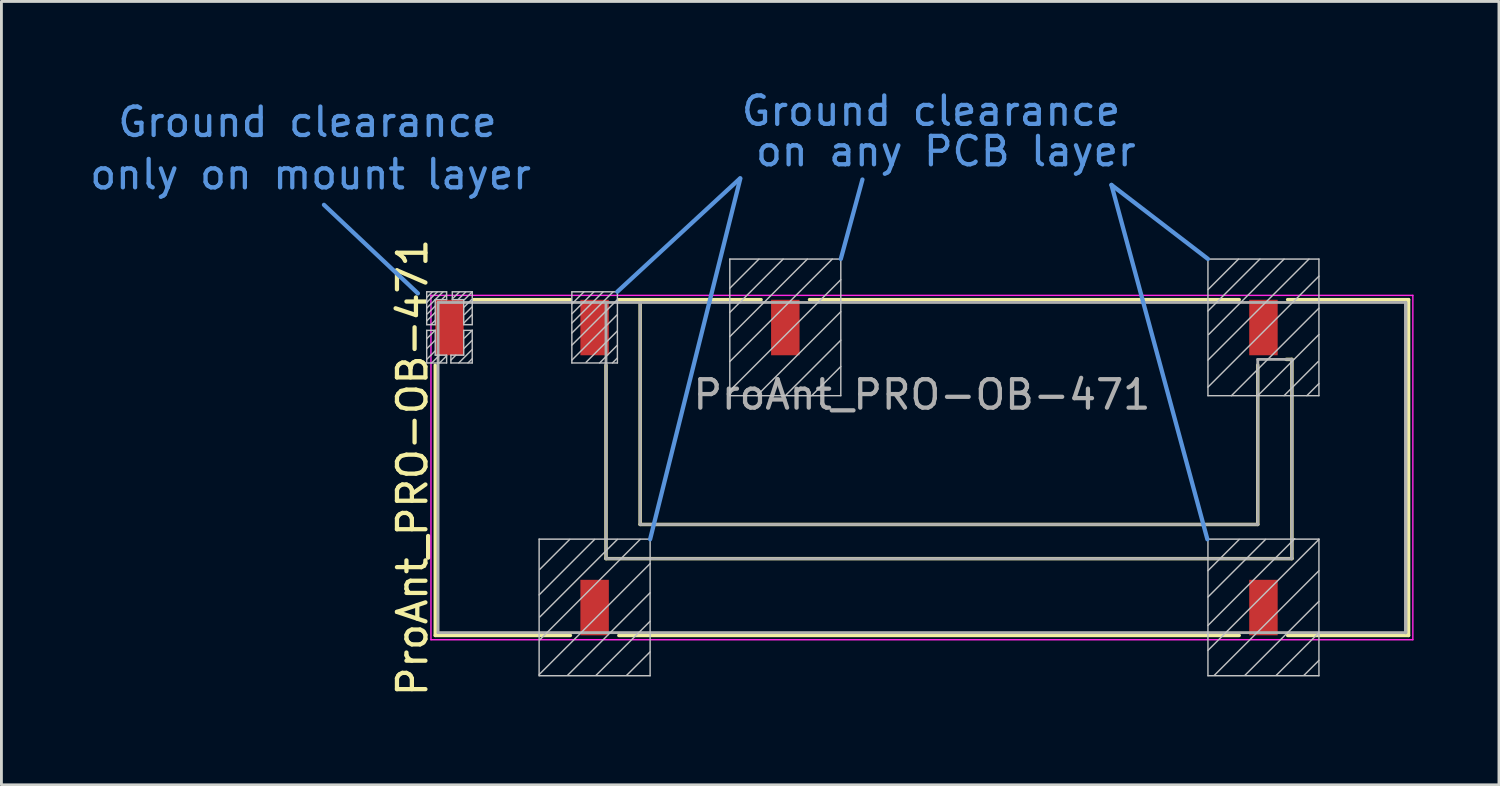
<source format=kicad_pcb>
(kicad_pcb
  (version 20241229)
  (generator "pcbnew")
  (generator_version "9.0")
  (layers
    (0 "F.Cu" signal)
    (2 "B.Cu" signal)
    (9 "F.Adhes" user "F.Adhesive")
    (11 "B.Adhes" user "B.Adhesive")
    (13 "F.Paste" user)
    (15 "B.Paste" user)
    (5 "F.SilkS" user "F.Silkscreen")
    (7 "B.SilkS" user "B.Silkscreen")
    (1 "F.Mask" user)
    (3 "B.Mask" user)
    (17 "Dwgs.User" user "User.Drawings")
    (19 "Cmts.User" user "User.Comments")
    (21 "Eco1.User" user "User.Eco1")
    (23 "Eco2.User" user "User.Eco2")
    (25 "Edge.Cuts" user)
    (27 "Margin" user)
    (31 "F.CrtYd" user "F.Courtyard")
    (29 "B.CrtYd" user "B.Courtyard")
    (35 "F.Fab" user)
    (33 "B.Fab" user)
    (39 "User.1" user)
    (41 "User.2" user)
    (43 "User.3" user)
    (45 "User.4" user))
  (footprint "ProAnt_PRO-OB-471"
    (layer "F.Cu")
    (at 29.343 13.378)
    (property "Reference" "ProAnt_PRO-OB-471" (at -17.9 0 90) (layer "F.SilkS") (effects (font (size 1 1) (thickness 0.15))))
    (attr smd)
    (fp_line (start -17.1 -3.6) (end -17.1 5.9) (stroke (width 0.12) (type solid)) (layer "F.SilkS"))
    (fp_line (start -17.1 5.9) (end -12.35 5.9) (stroke (width 0.12) (type solid)) (layer "F.SilkS"))
    (fp_line (start -15.75 -5.9) (end -12.35 -5.9) (stroke (width 0.12) (type solid)) (layer "F.SilkS"))
    (fp_line (start -11.1 3.2) (end -11.1 -3.6) (stroke (width 0.12) (type solid)) (layer "F.SilkS"))
    (fp_line (start -10.65 -5.9) (end -5.65 -5.9) (stroke (width 0.12) (type solid)) (layer "F.SilkS"))
    (fp_line (start -10.65 5.9) (end 11.15 5.9) (stroke (width 0.12) (type solid)) (layer "F.SilkS"))
    (fp_line (start -9.9 -5.8) (end -9.9 2) (stroke (width 0.12) (type solid)) (layer "F.SilkS"))
    (fp_line (start -9.9 2) (end 11.8 2) (stroke (width 0.12) (type solid)) (layer "F.SilkS"))
    (fp_line (start -3.95 -5.9) (end 11.15 -5.9) (stroke (width 0.12) (type solid)) (layer "F.SilkS"))
    (fp_line (start 11.8 2) (end 11.8 -3.6) (stroke (width 0.12) (type solid)) (layer "F.SilkS"))
    (fp_line (start 12.8 -3.8) (end 13 -3.8) (stroke (width 0.12) (type solid)) (layer "F.SilkS"))
    (fp_line (start 12.85 5.9) (end 17.1 5.9) (stroke (width 0.12) (type solid)) (layer "F.SilkS"))
    (fp_line (start 13 -3.8) (end 13 3.2) (stroke (width 0.12) (type solid)) (layer "F.SilkS"))
    (fp_line (start 13 3.2) (end -11.1 3.2) (stroke (width 0.12) (type solid)) (layer "F.SilkS"))
    (fp_line (start 17.1 -5.9) (end 12.85 -5.9) (stroke (width 0.12) (type solid)) (layer "F.SilkS"))
    (fp_line (start 17.1 5.9) (end 17.1 -5.9) (stroke (width 0.12) (type solid)) (layer "F.SilkS"))
    (fp_line (start -17.4 -6.175) (end -16.7 -6.175) (stroke (width 0.05) (type solid)) (layer "Dwgs.User"))
    (fp_line (start -17.4 -5.02) (end -17.4 -6.175) (stroke (width 0.05) (type solid)) (layer "Dwgs.User"))
    (fp_line (start -17.4 -4.82) (end -17.4 -3.675) (stroke (width 0.05) (type solid)) (layer "Dwgs.User"))
    (fp_line (start -17.4 -3.675) (end -16.7 -3.675) (stroke (width 0.05) (type solid)) (layer "Dwgs.User"))
    (fp_line (start -17.2 -6.175) (end -17.4 -5.975) (stroke (width 0.05) (type solid)) (layer "Dwgs.User"))
    (fp_line (start -17.1 -5.9) (end -17.1 -5.02) (stroke (width 0.05) (type solid)) (layer "Dwgs.User"))
    (fp_line (start -17.1 -5.675) (end -17.375 -5.4) (stroke (width 0.05) (type solid)) (layer "Dwgs.User"))
    (fp_line (start -17.1 -5.45) (end -17.4 -5.15) (stroke (width 0.05) (type solid)) (layer "Dwgs.User"))
    (fp_line (start -17.1 -5.175) (end -17.25 -5.025) (stroke (width 0.05) (type solid)) (layer "Dwgs.User"))
    (fp_line (start -17.1 -5.02) (end -17.4 -5.02) (stroke (width 0.05) (type solid)) (layer "Dwgs.User"))
    (fp_line (start -17.1 -4.825) (end -17.4 -4.525) (stroke (width 0.05) (type solid)) (layer "Dwgs.User"))
    (fp_line (start -17.1 -4.82) (end -17.4 -4.82) (stroke (width 0.05) (type solid)) (layer "Dwgs.User"))
    (fp_line (start -17.1 -4.475) (end -17.4 -4.175) (stroke (width 0.05) (type solid)) (layer "Dwgs.User"))
    (fp_line (start -17.1 -4.1) (end -17.4 -3.8) (stroke (width 0.05) (type solid)) (layer "Dwgs.User"))
    (fp_line (start -17.1 -3.95) (end -17.1 -4.82) (stroke (width 0.05) (type solid)) (layer "Dwgs.User"))
    (fp_line (start -17.025 -6.175) (end -17.4 -5.8) (stroke (width 0.05) (type solid)) (layer "Dwgs.User"))
    (fp_line (start -16.95 -3.95) (end -17.225 -3.675) (stroke (width 0.05) (type solid)) (layer "Dwgs.User"))
    (fp_line (start -16.825 -6.175) (end -17.4 -5.6) (stroke (width 0.05) (type solid)) (layer "Dwgs.User"))
    (fp_line (start -16.725 -6.05) (end -16.875 -5.9) (stroke (width 0.05) (type solid)) (layer "Dwgs.User"))
    (fp_line (start -16.7 -6.175) (end -16.7 -5.9) (stroke (width 0.05) (type solid)) (layer "Dwgs.User"))
    (fp_line (start -16.7 -5.9) (end -17.1 -5.9) (stroke (width 0.05) (type solid)) (layer "Dwgs.User"))
    (fp_line (start -16.7 -3.95) (end -17.1 -3.95) (stroke (width 0.05) (type solid)) (layer "Dwgs.User"))
    (fp_line (start -16.7 -3.925) (end -16.95 -3.675) (stroke (width 0.05) (type solid)) (layer "Dwgs.User"))
    (fp_line (start -16.7 -3.675) (end -16.7 -3.95) (stroke (width 0.05) (type solid)) (layer "Dwgs.User"))
    (fp_line (start -16.55 -3.95) (end -16.1 -3.95) (stroke (width 0.05) (type solid)) (layer "Dwgs.User"))
    (fp_line (start -16.55 -3.675) (end -16.55 -3.95) (stroke (width 0.05) (type solid)) (layer "Dwgs.User"))
    (fp_line (start -16.5 -6.175) (end -16.5 -5.9) (stroke (width 0.05) (type solid)) (layer "Dwgs.User"))
    (fp_line (start -16.5 -5.9) (end -16.1 -5.9) (stroke (width 0.05) (type solid)) (layer "Dwgs.User"))
    (fp_line (start -16.375 -3.95) (end -16.55 -3.775) (stroke (width 0.05) (type solid)) (layer "Dwgs.User"))
    (fp_line (start -16.25 -6.175) (end -16.5 -5.925) (stroke (width 0.05) (type solid)) (layer "Dwgs.User"))
    (fp_line (start -16.1 -5.9) (end -16.1 -5.02) (stroke (width 0.05) (type solid)) (layer "Dwgs.User"))
    (fp_line (start -16.1 -5.02) (end -15.8 -5.02) (stroke (width 0.05) (type solid)) (layer "Dwgs.User"))
    (fp_line (start -16.1 -4.82) (end -15.8 -4.82) (stroke (width 0.05) (type solid)) (layer "Dwgs.User"))
    (fp_line (start -16.1 -3.95) (end -16.1 -4.82) (stroke (width 0.05) (type solid)) (layer "Dwgs.User"))
    (fp_line (start -16.025 -6.175) (end -16.3 -5.9) (stroke (width 0.05) (type solid)) (layer "Dwgs.User"))
    (fp_line (start -15.825 -5.9) (end -16.1 -5.625) (stroke (width 0.05) (type solid)) (layer "Dwgs.User"))
    (fp_line (start -15.8 -6.175) (end -16.5 -6.175) (stroke (width 0.05) (type solid)) (layer "Dwgs.User"))
    (fp_line (start -15.8 -6.175) (end -16.075 -5.9) (stroke (width 0.05) (type solid)) (layer "Dwgs.User"))
    (fp_line (start -15.8 -5.65) (end -16.075 -5.375) (stroke (width 0.05) (type solid)) (layer "Dwgs.User"))
    (fp_line (start -15.8 -5.375) (end -16.1 -5.075) (stroke (width 0.05) (type solid)) (layer "Dwgs.User"))
    (fp_line (start -15.8 -5.02) (end -15.8 -6.175) (stroke (width 0.05) (type solid)) (layer "Dwgs.User"))
    (fp_line (start -15.8 -4.825) (end -16.075 -4.55) (stroke (width 0.05) (type solid)) (layer "Dwgs.User"))
    (fp_line (start -15.8 -4.82) (end -15.8 -3.675) (stroke (width 0.05) (type solid)) (layer "Dwgs.User"))
    (fp_line (start -15.8 -4.475) (end -16.1 -4.175) (stroke (width 0.05) (type solid)) (layer "Dwgs.User"))
    (fp_line (start -15.8 -4.15) (end -16.275 -3.675) (stroke (width 0.05) (type solid)) (layer "Dwgs.User"))
    (fp_line (start -15.8 -3.825) (end -15.95 -3.675) (stroke (width 0.05) (type solid)) (layer "Dwgs.User"))
    (fp_line (start -15.8 -3.675) (end -16.55 -3.675) (stroke (width 0.05) (type solid)) (layer "Dwgs.User"))
    (fp_line (start -13.45 2.515) (end -9.55 2.515) (stroke (width 0.05) (type solid)) (layer "Dwgs.User"))
    (fp_line (start -13.45 7.315) (end -13.45 2.515) (stroke (width 0.05) (type solid)) (layer "Dwgs.User"))
    (fp_line (start -13.45 7.315) (end -9.55 7.315) (stroke (width 0.05) (type solid)) (layer "Dwgs.User"))
    (fp_line (start -12.375 2.525) (end -13.425 3.575) (stroke (width 0.05) (type solid)) (layer "Dwgs.User"))
    (fp_line (start -12.3 -6.175) (end -10.7 -6.175) (stroke (width 0.05) (type solid)) (layer "Dwgs.User"))
    (fp_line (start -12.3 -3.675) (end -12.3 -6.175) (stroke (width 0.05) (type solid)) (layer "Dwgs.User"))
    (fp_line (start -12.3 -3.675) (end -10.7 -3.675) (stroke (width 0.05) (type solid)) (layer "Dwgs.User"))
    (fp_line (start -11.875 -6.175) (end -12.3 -5.75) (stroke (width 0.05) (type solid)) (layer "Dwgs.User"))
    (fp_line (start -11.525 -6.175) (end -12.3 -5.4) (stroke (width 0.05) (type solid)) (layer "Dwgs.User"))
    (fp_line (start -11.5 2.525) (end -13.45 4.475) (stroke (width 0.05) (type solid)) (layer "Dwgs.User"))
    (fp_line (start -11.2 -6.175) (end -12.3 -5.075) (stroke (width 0.05) (type solid)) (layer "Dwgs.User"))
    (fp_line (start -10.85 -6.175) (end -12.3 -4.725) (stroke (width 0.05) (type solid)) (layer "Dwgs.User"))
    (fp_line (start -10.7 -5.9) (end -12.3 -4.3) (stroke (width 0.05) (type solid)) (layer "Dwgs.User"))
    (fp_line (start -10.7 -5.375) (end -12.3 -3.775) (stroke (width 0.05) (type solid)) (layer "Dwgs.User"))
    (fp_line (start -10.7 -4.8) (end -11.8 -3.7) (stroke (width 0.05) (type solid)) (layer "Dwgs.User"))
    (fp_line (start -10.7 -4.3) (end -11.325 -3.675) (stroke (width 0.05) (type solid)) (layer "Dwgs.User"))
    (fp_line (start -10.7 -3.85) (end -10.875 -3.675) (stroke (width 0.05) (type solid)) (layer "Dwgs.User"))
    (fp_line (start -10.7 -3.675) (end -10.7 -6.175) (stroke (width 0.05) (type solid)) (layer "Dwgs.User"))
    (fp_line (start -10.7 2.525) (end -13.425 5.25) (stroke (width 0.05) (type solid)) (layer "Dwgs.User"))
    (fp_line (start -9.9 2.525) (end -13.425 6.05) (stroke (width 0.05) (type solid)) (layer "Dwgs.User"))
    (fp_line (start -9.55 3.375) (end -13.45 7.275) (stroke (width 0.05) (type solid)) (layer "Dwgs.User"))
    (fp_line (start -9.55 4.4) (end -12.45 7.3) (stroke (width 0.05) (type solid)) (layer "Dwgs.User"))
    (fp_line (start -9.55 5.4) (end -11.45 7.3) (stroke (width 0.05) (type solid)) (layer "Dwgs.User"))
    (fp_line (start -9.55 6.475) (end -10.375 7.3) (stroke (width 0.05) (type solid)) (layer "Dwgs.User"))
    (fp_line (start -9.55 7.315) (end -9.55 2.515) (stroke (width 0.05) (type solid)) (layer "Dwgs.User"))
    (fp_line (start -6.75 -7.325) (end -2.85 -7.325) (stroke (width 0.05) (type solid)) (layer "Dwgs.User"))
    (fp_line (start -6.75 -2.525) (end -6.75 -7.325) (stroke (width 0.05) (type solid)) (layer "Dwgs.User"))
    (fp_line (start -6.75 -2.525) (end -2.85 -2.525) (stroke (width 0.05) (type solid)) (layer "Dwgs.User"))
    (fp_line (start -5.725 -7.325) (end -6.75 -6.3) (stroke (width 0.05) (type solid)) (layer "Dwgs.User"))
    (fp_line (start -4.875 -7.325) (end -6.75 -5.45) (stroke (width 0.05) (type solid)) (layer "Dwgs.User"))
    (fp_line (start -4.025 -7.325) (end -6.75 -4.6) (stroke (width 0.05) (type solid)) (layer "Dwgs.User"))
    (fp_line (start -3.15 -7.325) (end -6.75 -3.725) (stroke (width 0.05) (type solid)) (layer "Dwgs.User"))
    (fp_line (start -2.85 -6.6) (end -6.75 -2.7) (stroke (width 0.05) (type solid)) (layer "Dwgs.User"))
    (fp_line (start -2.85 -5.475) (end -5.8 -2.525) (stroke (width 0.05) (type solid)) (layer "Dwgs.User"))
    (fp_line (start -2.85 -4.475) (end -4.8 -2.525) (stroke (width 0.05) (type solid)) (layer "Dwgs.User"))
    (fp_line (start -2.85 -3.55) (end -3.875 -2.525) (stroke (width 0.05) (type solid)) (layer "Dwgs.User"))
    (fp_line (start -2.85 -2.525) (end -2.85 -7.325) (stroke (width 0.05) (type solid)) (layer "Dwgs.User"))
    (fp_line (start 10.05 -7.325) (end 13.95 -7.325) (stroke (width 0.05) (type solid)) (layer "Dwgs.User"))
    (fp_line (start 10.05 -2.525) (end 10.05 -7.325) (stroke (width 0.05) (type solid)) (layer "Dwgs.User"))
    (fp_line (start 10.05 -2.525) (end 13.95 -2.525) (stroke (width 0.05) (type solid)) (layer "Dwgs.User"))
    (fp_line (start 10.05 2.515) (end 13.95 2.515) (stroke (width 0.05) (type solid)) (layer "Dwgs.User"))
    (fp_line (start 10.05 7.315) (end 10.05 2.515) (stroke (width 0.05) (type solid)) (layer "Dwgs.User"))
    (fp_line (start 10.05 7.315) (end 13.95 7.315) (stroke (width 0.05) (type solid)) (layer "Dwgs.User"))
    (fp_line (start 11.125 -7.325) (end 10.05 -6.25) (stroke (width 0.05) (type solid)) (layer "Dwgs.User"))
    (fp_line (start 11.15 2.525) (end 10.05 3.625) (stroke (width 0.05) (type solid)) (layer "Dwgs.User"))
    (fp_line (start 11.875 -7.325) (end 10.05 -5.5) (stroke (width 0.05) (type solid)) (layer "Dwgs.User"))
    (fp_line (start 12.075 2.525) (end 10.05 4.55) (stroke (width 0.05) (type solid)) (layer "Dwgs.User"))
    (fp_line (start 12.725 -7.325) (end 10.075 -4.675) (stroke (width 0.05) (type solid)) (layer "Dwgs.User"))
    (fp_line (start 13.1 2.5) (end 10.05 5.55) (stroke (width 0.05) (type solid)) (layer "Dwgs.User"))
    (fp_line (start 13.6 -7.325) (end 10.05 -3.775) (stroke (width 0.05) (type solid)) (layer "Dwgs.User"))
    (fp_line (start 13.925 -3.725) (end 12.725 -2.525) (stroke (width 0.05) (type solid)) (layer "Dwgs.User"))
    (fp_line (start 13.95 -6.725) (end 10.05 -2.825) (stroke (width 0.05) (type solid)) (layer "Dwgs.User"))
    (fp_line (start 13.95 -5.6) (end 10.875 -2.525) (stroke (width 0.05) (type solid)) (layer "Dwgs.User"))
    (fp_line (start 13.95 -4.675) (end 11.8 -2.525) (stroke (width 0.05) (type solid)) (layer "Dwgs.User"))
    (fp_line (start 13.95 -2.95) (end 13.525 -2.525) (stroke (width 0.05) (type solid)) (layer "Dwgs.User"))
    (fp_line (start 13.95 -2.525) (end 13.95 -7.325) (stroke (width 0.05) (type solid)) (layer "Dwgs.User"))
    (fp_line (start 13.95 2.525) (end 10.05 6.425) (stroke (width 0.05) (type solid)) (layer "Dwgs.User"))
    (fp_line (start 13.95 3.625) (end 10.275 7.3) (stroke (width 0.05) (type solid)) (layer "Dwgs.User"))
    (fp_line (start 13.95 4.7) (end 11.35 7.3) (stroke (width 0.05) (type solid)) (layer "Dwgs.User"))
    (fp_line (start 13.95 5.8) (end 12.45 7.3) (stroke (width 0.05) (type solid)) (layer "Dwgs.User"))
    (fp_line (start 13.95 6.775) (end 13.425 7.3) (stroke (width 0.05) (type solid)) (layer "Dwgs.User"))
    (fp_line (start 13.95 7.315) (end 13.95 2.515) (stroke (width 0.05) (type solid)) (layer "Dwgs.User"))
    (fp_line (start -21.01 -9.23) (end -17.71 -6.12) (stroke (width 0.15) (type solid)) (layer "Cmts.User"))
    (fp_line (start -6.39 -10.16) (end -10.7 -6.18) (stroke (width 0.15) (type solid)) (layer "Cmts.User"))
    (fp_line (start -6.38 -10.16) (end -9.55 2.52) (stroke (width 0.15) (type solid)) (layer "Cmts.User"))
    (fp_line (start -2.09 -10.12) (end -2.85 -7.33) (stroke (width 0.15) (type solid)) (layer "Cmts.User"))
    (fp_line (start 6.66 -9.93) (end 10.03 2.52) (stroke (width 0.15) (type solid)) (layer "Cmts.User"))
    (fp_line (start 6.66 -9.93) (end 10.05 -7.33) (stroke (width 0.15) (type solid)) (layer "Cmts.User"))
    (fp_line (start -17.25 -6.05) (end 17.25 -6.05) (stroke (width 0.05) (type solid)) (layer "F.CrtYd"))
    (fp_line (start -17.25 6.05) (end -17.25 -6.05) (stroke (width 0.05) (type solid)) (layer "F.CrtYd"))
    (fp_line (start 17.25 -6.05) (end 17.25 6.05) (stroke (width 0.05) (type solid)) (layer "F.CrtYd"))
    (fp_line (start 17.25 6.05) (end -17.25 6.05) (stroke (width 0.05) (type solid)) (layer "F.CrtYd"))
    (fp_line (start -17 -5.8) (end -17 5.8) (stroke (width 0.1) (type solid)) (layer "F.Fab"))
    (fp_line (start -17 5.8) (end 17 5.8) (stroke (width 0.1) (type solid)) (layer "F.Fab"))
    (fp_line (start -11.1 3.2) (end -11.1 -5.8) (stroke (width 0.1) (type solid)) (layer "F.Fab"))
    (fp_line (start -9.9 -5.8) (end -9.9 2) (stroke (width 0.1) (type solid)) (layer "F.Fab"))
    (fp_line (start -9.9 2) (end 11.8 2) (stroke (width 0.1) (type solid)) (layer "F.Fab"))
    (fp_line (start 11.8 -3.8) (end 13 -3.8) (stroke (width 0.1) (type solid)) (layer "F.Fab"))
    (fp_line (start 11.8 2) (end 11.8 -3.8) (stroke (width 0.1) (type solid)) (layer "F.Fab"))
    (fp_line (start 13 -3.8) (end 13 3.2) (stroke (width 0.1) (type solid)) (layer "F.Fab"))
    (fp_line (start 13 3.2) (end -11.1 3.2) (stroke (width 0.1) (type solid)) (layer "F.Fab"))
    (fp_line (start 17 -5.8) (end -17 -5.8) (stroke (width 0.1) (type solid)) (layer "F.Fab"))
    (fp_line (start 17 5.8) (end 17 -5.8) (stroke (width 0.12) (type solid)) (layer "F.Fab"))
    (fp_text user "only on mount layer" (at -21.48 -10.3 0) (layer "Cmts.User") (effects (font (size 1 1) (thickness 0.15))))
    (fp_text user "Ground clearance" (at -21.59 -12.14 0) (layer "Cmts.User") (effects (font (size 1 1) (thickness 0.15))))
    (fp_text user "Ground clearance" (at 0.32 -12.53 0) (layer "Cmts.User") (effects (font (size 1 1) (thickness 0.15))))
    (fp_text user "on any PCB layer" (at 0.84 -11.11 0) (layer "Cmts.User") (effects (font (size 1 1) (thickness 0.15))))
    (fp_text user "${REFERENCE}" (at 0 -2.56 0) (layer "F.Fab") (effects (font (size 1 1) (thickness 0.15))))
    (pad "1" smd rect (at -11.5 -4.92) (size 1 1.95) (layers "F.Cu" "F.Mask" "F.Paste"))
    (pad "2" smd rect (at -16.6 -4.92) (size 1 1.95) (layers "F.Cu" "F.Mask" "F.Paste"))
    (pad "3" smd rect (at -11.5 4.92) (size 1 1.95) (layers "F.Cu" "F.Mask" "F.Paste"))
    (pad "4" smd rect (at 12 4.92) (size 1 1.95) (layers "F.Cu" "F.Mask" "F.Paste"))
    (pad "5" smd rect (at 12 -4.92) (size 1 1.95) (layers "F.Cu" "F.Mask" "F.Paste"))
    (pad "6" smd rect (at -4.8 -4.92) (size 1 1.95) (layers "F.Cu" "F.Mask" "F.Paste")))
  (gr_rect
    (start -3 -3)
    (end 49.618 24.527)
    (stroke (width 0.1) (type default))
    (fill no)
    (layer "Edge.Cuts")))
</source>
